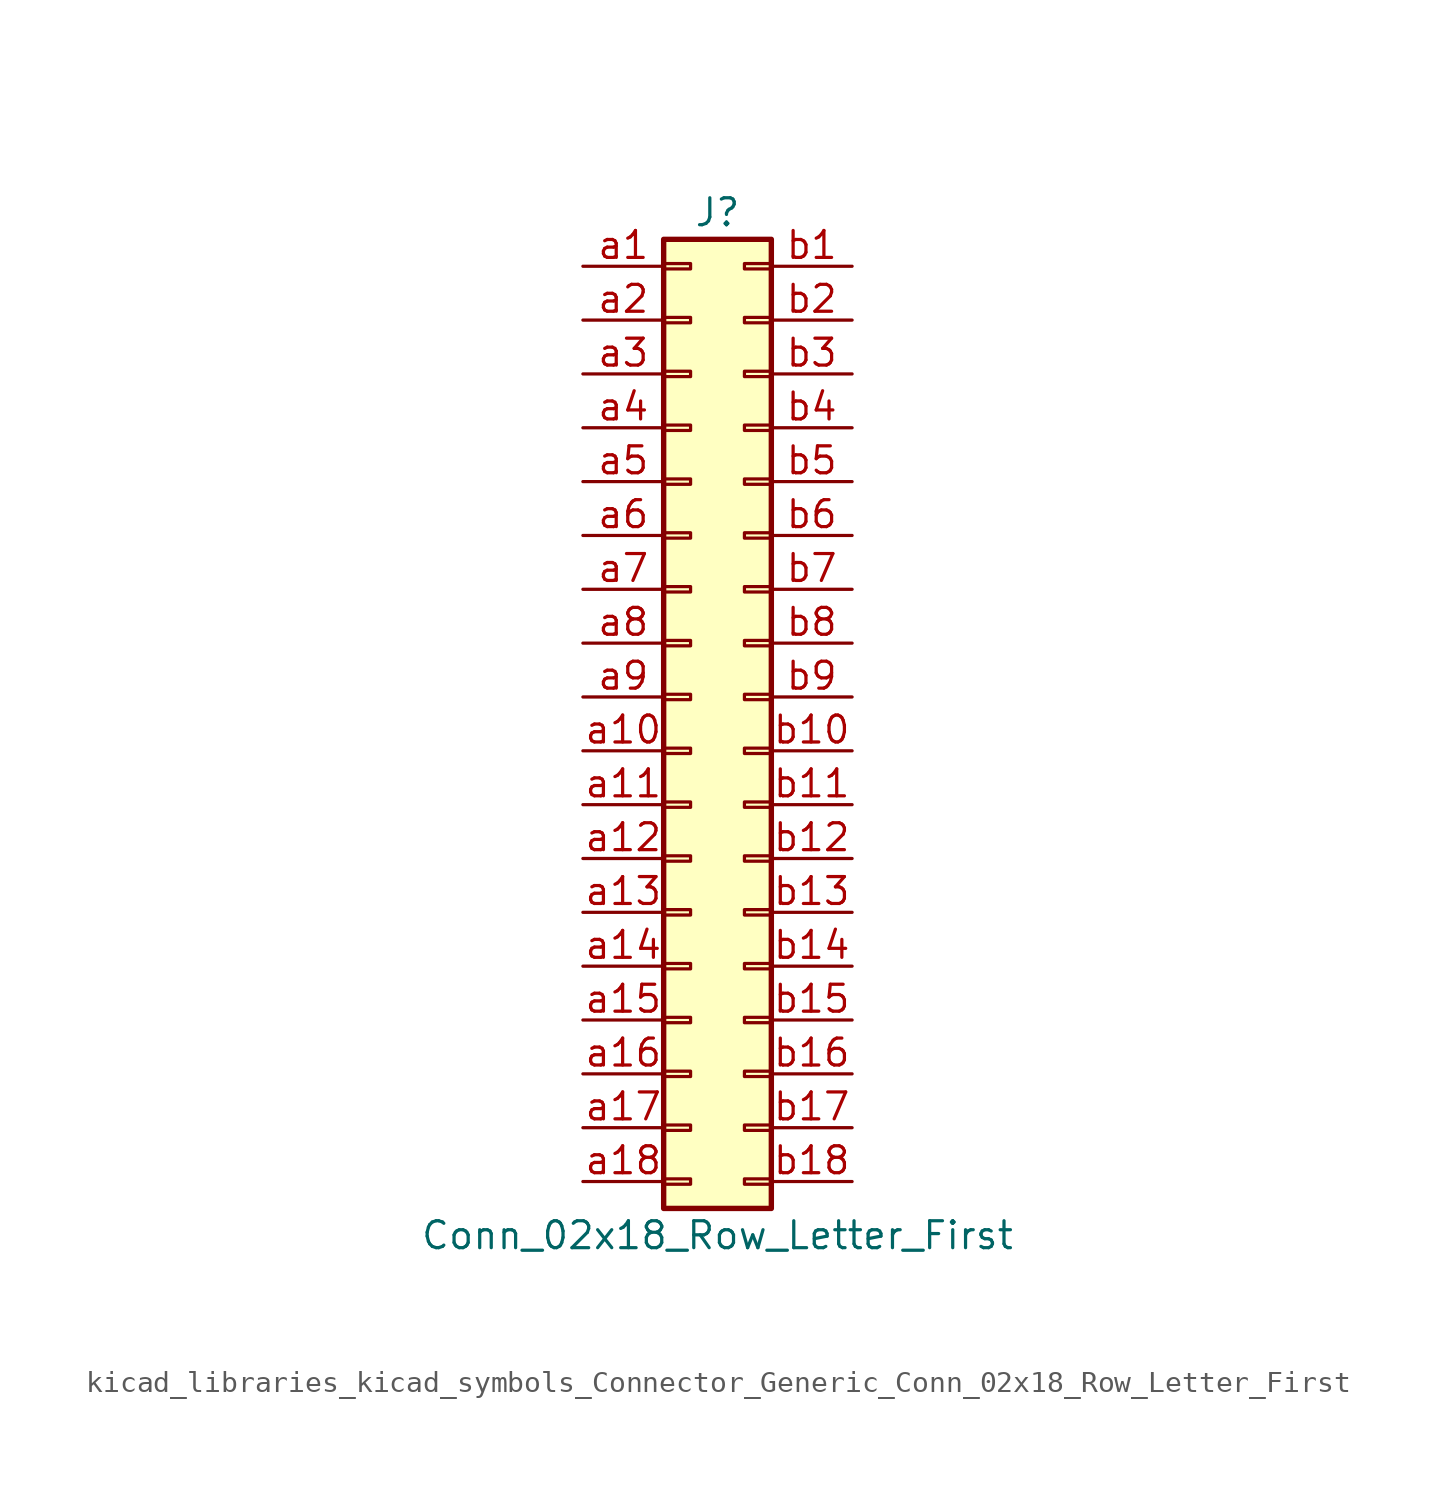
<source format=kicad_sym>
(kicad_symbol_lib
  (version 20220914)
  (generator kicad_symbol_editor)
  (symbol "kicad_libraries_kicad_symbols_Connector_Generic_Conn_02x18_Row_Letter_First"
    (pin_names
      (offset 1.016) hide)
    (property "Reference" "J"
      (at 1.27 22.86 0)
      (effects (font (size 1.27 1.27))))
    (property "Value" "Conn_02x18_Row_Letter_First"
      (at 1.27 -25.4 0)
      (effects (font (size 1.27 1.27))))
    (symbol "kicad_libraries_kicad_symbols_Connector_Generic_Conn_02x18_Row_Letter_First_1_1"
      (rectangle (start -1.27 -22.733) (end 0 -22.987) (stroke (width 0.152) (type default)) (fill (type none)))
      (rectangle (start -1.27 -20.193) (end 0 -20.447) (stroke (width 0.152) (type default)) (fill (type none)))
      (rectangle (start -1.27 -17.653) (end 0 -17.907) (stroke (width 0.152) (type default)) (fill (type none)))
      (rectangle (start -1.27 -15.113) (end 0 -15.367) (stroke (width 0.152) (type default)) (fill (type none)))
      (rectangle (start -1.27 -12.573) (end 0 -12.827) (stroke (width 0.152) (type default)) (fill (type none)))
      (rectangle (start -1.27 -10.033) (end 0 -10.287) (stroke (width 0.152) (type default)) (fill (type none)))
      (rectangle (start -1.27 -7.493) (end 0 -7.747) (stroke (width 0.152) (type default)) (fill (type none)))
      (rectangle (start -1.27 -4.953) (end 0 -5.207) (stroke (width 0.152) (type default)) (fill (type none)))
      (rectangle (start -1.27 -2.413) (end 0 -2.667) (stroke (width 0.152) (type default)) (fill (type none)))
      (rectangle (start -1.27 0.127) (end 0 -0.127) (stroke (width 0.152) (type default)) (fill (type none)))
      (rectangle (start -1.27 2.667) (end 0 2.413) (stroke (width 0.152) (type default)) (fill (type none)))
      (rectangle (start -1.27 5.207) (end 0 4.953) (stroke (width 0.152) (type default)) (fill (type none)))
      (rectangle (start -1.27 7.747) (end 0 7.493) (stroke (width 0.152) (type default)) (fill (type none)))
      (rectangle (start -1.27 10.287) (end 0 10.033) (stroke (width 0.152) (type default)) (fill (type none)))
      (rectangle (start -1.27 12.827) (end 0 12.573) (stroke (width 0.152) (type default)) (fill (type none)))
      (rectangle (start -1.27 15.367) (end 0 15.113) (stroke (width 0.152) (type default)) (fill (type none)))
      (rectangle (start -1.27 17.907) (end 0 17.653) (stroke (width 0.152) (type default)) (fill (type none)))
      (rectangle (start -1.27 20.447) (end 0 20.193) (stroke (width 0.152) (type default)) (fill (type none)))
      (rectangle (start -1.27 21.59) (end 3.81 -24.13) (stroke (width 0.254) (type default)) (fill (type background)))
      (rectangle (start 3.81 -22.733) (end 2.54 -22.987) (stroke (width 0.152) (type default)) (fill (type none)))
      (rectangle (start 3.81 -20.193) (end 2.54 -20.447) (stroke (width 0.152) (type default)) (fill (type none)))
      (rectangle (start 3.81 -17.653) (end 2.54 -17.907) (stroke (width 0.152) (type default)) (fill (type none)))
      (rectangle (start 3.81 -15.113) (end 2.54 -15.367) (stroke (width 0.152) (type default)) (fill (type none)))
      (rectangle (start 3.81 -12.573) (end 2.54 -12.827) (stroke (width 0.152) (type default)) (fill (type none)))
      (rectangle (start 3.81 -10.033) (end 2.54 -10.287) (stroke (width 0.152) (type default)) (fill (type none)))
      (rectangle (start 3.81 -7.493) (end 2.54 -7.747) (stroke (width 0.152) (type default)) (fill (type none)))
      (rectangle (start 3.81 -4.953) (end 2.54 -5.207) (stroke (width 0.152) (type default)) (fill (type none)))
      (rectangle (start 3.81 -2.413) (end 2.54 -2.667) (stroke (width 0.152) (type default)) (fill (type none)))
      (rectangle (start 3.81 0.127) (end 2.54 -0.127) (stroke (width 0.152) (type default)) (fill (type none)))
      (rectangle (start 3.81 2.667) (end 2.54 2.413) (stroke (width 0.152) (type default)) (fill (type none)))
      (rectangle (start 3.81 5.207) (end 2.54 4.953) (stroke (width 0.152) (type default)) (fill (type none)))
      (rectangle (start 3.81 7.747) (end 2.54 7.493) (stroke (width 0.152) (type default)) (fill (type none)))
      (rectangle (start 3.81 10.287) (end 2.54 10.033) (stroke (width 0.152) (type default)) (fill (type none)))
      (rectangle (start 3.81 12.827) (end 2.54 12.573) (stroke (width 0.152) (type default)) (fill (type none)))
      (rectangle (start 3.81 15.367) (end 2.54 15.113) (stroke (width 0.152) (type default)) (fill (type none)))
      (rectangle (start 3.81 17.907) (end 2.54 17.653) (stroke (width 0.152) (type default)) (fill (type none)))
      (rectangle (start 3.81 20.447) (end 2.54 20.193) (stroke (width 0.152) (type default)) (fill (type none)))
      (pin passive line (at -5.08 20.32 0) (length 3.81) (name "Pin_a1" (effects (font (size 1.27 1.27)))) (number "a1" (effects (font (size 1.27 1.27)))))
      (pin passive line (at -5.08 -2.54 0) (length 3.81) (name "Pin_a10" (effects (font (size 1.27 1.27)))) (number "a10" (effects (font (size 1.27 1.27)))))
      (pin passive line (at -5.08 -5.08 0) (length 3.81) (name "Pin_a11" (effects (font (size 1.27 1.27)))) (number "a11" (effects (font (size 1.27 1.27)))))
      (pin passive line (at -5.08 -7.62 0) (length 3.81) (name "Pin_a12" (effects (font (size 1.27 1.27)))) (number "a12" (effects (font (size 1.27 1.27)))))
      (pin passive line (at -5.08 -10.16 0) (length 3.81) (name "Pin_a13" (effects (font (size 1.27 1.27)))) (number "a13" (effects (font (size 1.27 1.27)))))
      (pin passive line (at -5.08 -12.7 0) (length 3.81) (name "Pin_a14" (effects (font (size 1.27 1.27)))) (number "a14" (effects (font (size 1.27 1.27)))))
      (pin passive line (at -5.08 -15.24 0) (length 3.81) (name "Pin_a15" (effects (font (size 1.27 1.27)))) (number "a15" (effects (font (size 1.27 1.27)))))
      (pin passive line (at -5.08 -17.78 0) (length 3.81) (name "Pin_a16" (effects (font (size 1.27 1.27)))) (number "a16" (effects (font (size 1.27 1.27)))))
      (pin passive line (at -5.08 -20.32 0) (length 3.81) (name "Pin_a17" (effects (font (size 1.27 1.27)))) (number "a17" (effects (font (size 1.27 1.27)))))
      (pin passive line (at -5.08 -22.86 0) (length 3.81) (name "Pin_a18" (effects (font (size 1.27 1.27)))) (number "a18" (effects (font (size 1.27 1.27)))))
      (pin passive line (at -5.08 17.78 0) (length 3.81) (name "Pin_a2" (effects (font (size 1.27 1.27)))) (number "a2" (effects (font (size 1.27 1.27)))))
      (pin passive line (at -5.08 15.24 0) (length 3.81) (name "Pin_a3" (effects (font (size 1.27 1.27)))) (number "a3" (effects (font (size 1.27 1.27)))))
      (pin passive line (at -5.08 12.7 0) (length 3.81) (name "Pin_a4" (effects (font (size 1.27 1.27)))) (number "a4" (effects (font (size 1.27 1.27)))))
      (pin passive line (at -5.08 10.16 0) (length 3.81) (name "Pin_a5" (effects (font (size 1.27 1.27)))) (number "a5" (effects (font (size 1.27 1.27)))))
      (pin passive line (at -5.08 7.62 0) (length 3.81) (name "Pin_a6" (effects (font (size 1.27 1.27)))) (number "a6" (effects (font (size 1.27 1.27)))))
      (pin passive line (at -5.08 5.08 0) (length 3.81) (name "Pin_a7" (effects (font (size 1.27 1.27)))) (number "a7" (effects (font (size 1.27 1.27)))))
      (pin passive line (at -5.08 2.54 0) (length 3.81) (name "Pin_a8" (effects (font (size 1.27 1.27)))) (number "a8" (effects (font (size 1.27 1.27)))))
      (pin passive line (at -5.08 0 0) (length 3.81) (name "Pin_a9" (effects (font (size 1.27 1.27)))) (number "a9" (effects (font (size 1.27 1.27)))))
      (pin passive line (at 7.62 20.32 180) (length 3.81) (name "Pin_b1" (effects (font (size 1.27 1.27)))) (number "b1" (effects (font (size 1.27 1.27)))))
      (pin passive line (at 7.62 -2.54 180) (length 3.81) (name "Pin_b10" (effects (font (size 1.27 1.27)))) (number "b10" (effects (font (size 1.27 1.27)))))
      (pin passive line (at 7.62 -5.08 180) (length 3.81) (name "Pin_b11" (effects (font (size 1.27 1.27)))) (number "b11" (effects (font (size 1.27 1.27)))))
      (pin passive line (at 7.62 -7.62 180) (length 3.81) (name "Pin_b12" (effects (font (size 1.27 1.27)))) (number "b12" (effects (font (size 1.27 1.27)))))
      (pin passive line (at 7.62 -10.16 180) (length 3.81) (name "Pin_b13" (effects (font (size 1.27 1.27)))) (number "b13" (effects (font (size 1.27 1.27)))))
      (pin passive line (at 7.62 -12.7 180) (length 3.81) (name "Pin_b14" (effects (font (size 1.27 1.27)))) (number "b14" (effects (font (size 1.27 1.27)))))
      (pin passive line (at 7.62 -15.24 180) (length 3.81) (name "Pin_b15" (effects (font (size 1.27 1.27)))) (number "b15" (effects (font (size 1.27 1.27)))))
      (pin passive line (at 7.62 -17.78 180) (length 3.81) (name "Pin_b16" (effects (font (size 1.27 1.27)))) (number "b16" (effects (font (size 1.27 1.27)))))
      (pin passive line (at 7.62 -20.32 180) (length 3.81) (name "Pin_b17" (effects (font (size 1.27 1.27)))) (number "b17" (effects (font (size 1.27 1.27)))))
      (pin passive line (at 7.62 -22.86 180) (length 3.81) (name "Pin_b18" (effects (font (size 1.27 1.27)))) (number "b18" (effects (font (size 1.27 1.27)))))
      (pin passive line (at 7.62 17.78 180) (length 3.81) (name "Pin_b2" (effects (font (size 1.27 1.27)))) (number "b2" (effects (font (size 1.27 1.27)))))
      (pin passive line (at 7.62 15.24 180) (length 3.81) (name "Pin_b3" (effects (font (size 1.27 1.27)))) (number "b3" (effects (font (size 1.27 1.27)))))
      (pin passive line (at 7.62 12.7 180) (length 3.81) (name "Pin_b4" (effects (font (size 1.27 1.27)))) (number "b4" (effects (font (size 1.27 1.27)))))
      (pin passive line (at 7.62 10.16 180) (length 3.81) (name "Pin_b5" (effects (font (size 1.27 1.27)))) (number "b5" (effects (font (size 1.27 1.27)))))
      (pin passive line (at 7.62 7.62 180) (length 3.81) (name "Pin_b6" (effects (font (size 1.27 1.27)))) (number "b6" (effects (font (size 1.27 1.27)))))
      (pin passive line (at 7.62 5.08 180) (length 3.81) (name "Pin_b7" (effects (font (size 1.27 1.27)))) (number "b7" (effects (font (size 1.27 1.27)))))
      (pin passive line (at 7.62 2.54 180) (length 3.81) (name "Pin_b8" (effects (font (size 1.27 1.27)))) (number "b8" (effects (font (size 1.27 1.27)))))
      (pin passive line (at 7.62 0 180) (length 3.81) (name "Pin_b9" (effects (font (size 1.27 1.27)))) (number "b9" (effects (font (size 1.27 1.27))))))))
</source>
